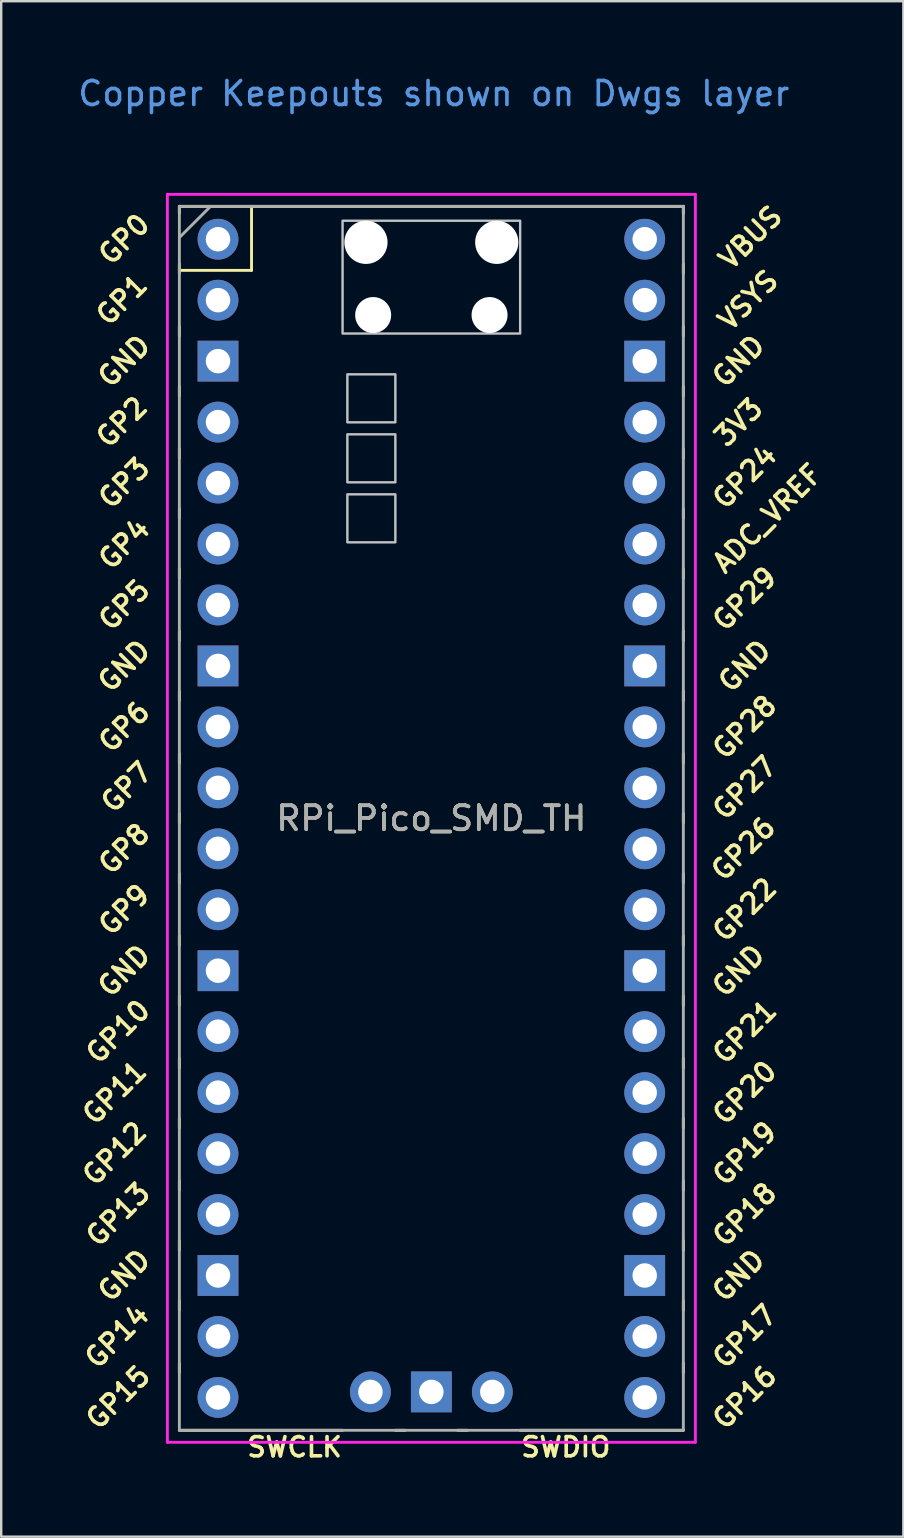
<source format=kicad_pcb>
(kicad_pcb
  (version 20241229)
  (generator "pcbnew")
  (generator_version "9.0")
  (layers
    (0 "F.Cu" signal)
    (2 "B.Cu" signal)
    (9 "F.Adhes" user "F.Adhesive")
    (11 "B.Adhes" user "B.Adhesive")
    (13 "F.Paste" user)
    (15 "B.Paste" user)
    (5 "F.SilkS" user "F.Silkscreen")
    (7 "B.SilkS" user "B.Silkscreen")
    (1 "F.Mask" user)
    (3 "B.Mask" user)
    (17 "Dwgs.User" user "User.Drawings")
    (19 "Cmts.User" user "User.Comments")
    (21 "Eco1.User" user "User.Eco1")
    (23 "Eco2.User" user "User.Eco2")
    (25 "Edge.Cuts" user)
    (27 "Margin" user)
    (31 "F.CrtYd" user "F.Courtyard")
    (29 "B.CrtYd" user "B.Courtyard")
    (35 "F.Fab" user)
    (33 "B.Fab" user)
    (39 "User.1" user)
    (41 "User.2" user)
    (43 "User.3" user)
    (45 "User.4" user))
  (footprint "RPi_Pico_SMD_TH"
    (layer "F.Cu")
    (at 14.924 31.048)
    (property "Reference" "RPi_Pico_SMD_TH" (at 0 0 0) (layer "F.SilkS") (effects (font (size 1 1) (thickness 0.15))))
    (attr through_hole)
    (fp_line (start -10.5 -25.5) (end -10.5 -25.2) (stroke (width 0.12) (type solid)) (layer "F.SilkS"))
    (fp_line (start -10.5 -25.5) (end 10.5 -25.5) (stroke (width 0.12) (type solid)) (layer "F.SilkS"))
    (fp_line (start -10.5 -23.1) (end -10.5 -22.7) (stroke (width 0.12) (type solid)) (layer "F.SilkS"))
    (fp_line (start -10.5 -22.833) (end -7.493 -22.833) (stroke (width 0.12) (type solid)) (layer "F.SilkS"))
    (fp_line (start -10.5 -20.5) (end -10.5 -20.1) (stroke (width 0.12) (type solid)) (layer "F.SilkS"))
    (fp_line (start -10.5 -18) (end -10.5 -17.6) (stroke (width 0.12) (type solid)) (layer "F.SilkS"))
    (fp_line (start -10.5 -15.4) (end -10.5 -15) (stroke (width 0.12) (type solid)) (layer "F.SilkS"))
    (fp_line (start -10.5 -12.9) (end -10.5 -12.5) (stroke (width 0.12) (type solid)) (layer "F.SilkS"))
    (fp_line (start -10.5 -10.4) (end -10.5 -10) (stroke (width 0.12) (type solid)) (layer "F.SilkS"))
    (fp_line (start -10.5 -7.8) (end -10.5 -7.4) (stroke (width 0.12) (type solid)) (layer "F.SilkS"))
    (fp_line (start -10.5 -5.3) (end -10.5 -4.9) (stroke (width 0.12) (type solid)) (layer "F.SilkS"))
    (fp_line (start -10.5 -2.7) (end -10.5 -2.3) (stroke (width 0.12) (type solid)) (layer "F.SilkS"))
    (fp_line (start -10.5 -0.2) (end -10.5 0.2) (stroke (width 0.12) (type solid)) (layer "F.SilkS"))
    (fp_line (start -10.5 2.3) (end -10.5 2.7) (stroke (width 0.12) (type solid)) (layer "F.SilkS"))
    (fp_line (start -10.5 4.9) (end -10.5 5.3) (stroke (width 0.12) (type solid)) (layer "F.SilkS"))
    (fp_line (start -10.5 7.4) (end -10.5 7.8) (stroke (width 0.12) (type solid)) (layer "F.SilkS"))
    (fp_line (start -10.5 10) (end -10.5 10.4) (stroke (width 0.12) (type solid)) (layer "F.SilkS"))
    (fp_line (start -10.5 12.5) (end -10.5 12.9) (stroke (width 0.12) (type solid)) (layer "F.SilkS"))
    (fp_line (start -10.5 15.1) (end -10.5 15.5) (stroke (width 0.12) (type solid)) (layer "F.SilkS"))
    (fp_line (start -10.5 17.6) (end -10.5 18) (stroke (width 0.12) (type solid)) (layer "F.SilkS"))
    (fp_line (start -10.5 20.1) (end -10.5 20.5) (stroke (width 0.12) (type solid)) (layer "F.SilkS"))
    (fp_line (start -10.5 22.7) (end -10.5 23.1) (stroke (width 0.12) (type solid)) (layer "F.SilkS"))
    (fp_line (start -7.493 -22.833) (end -7.493 -25.5) (stroke (width 0.12) (type solid)) (layer "F.SilkS"))
    (fp_line (start -3.7 25.5) (end -10.5 25.5) (stroke (width 0.12) (type solid)) (layer "F.SilkS"))
    (fp_line (start -1.5 25.5) (end -1.1 25.5) (stroke (width 0.12) (type solid)) (layer "F.SilkS"))
    (fp_line (start 1.1 25.5) (end 1.5 25.5) (stroke (width 0.12) (type solid)) (layer "F.SilkS"))
    (fp_line (start 10.5 -25.5) (end 10.5 -25.2) (stroke (width 0.12) (type solid)) (layer "F.SilkS"))
    (fp_line (start 10.5 -23.1) (end 10.5 -22.7) (stroke (width 0.12) (type solid)) (layer "F.SilkS"))
    (fp_line (start 10.5 -20.5) (end 10.5 -20.1) (stroke (width 0.12) (type solid)) (layer "F.SilkS"))
    (fp_line (start 10.5 -18) (end 10.5 -17.6) (stroke (width 0.12) (type solid)) (layer "F.SilkS"))
    (fp_line (start 10.5 -15.4) (end 10.5 -15) (stroke (width 0.12) (type solid)) (layer "F.SilkS"))
    (fp_line (start 10.5 -12.9) (end 10.5 -12.5) (stroke (width 0.12) (type solid)) (layer "F.SilkS"))
    (fp_line (start 10.5 -10.4) (end 10.5 -10) (stroke (width 0.12) (type solid)) (layer "F.SilkS"))
    (fp_line (start 10.5 -7.8) (end 10.5 -7.4) (stroke (width 0.12) (type solid)) (layer "F.SilkS"))
    (fp_line (start 10.5 -5.3) (end 10.5 -4.9) (stroke (width 0.12) (type solid)) (layer "F.SilkS"))
    (fp_line (start 10.5 -2.7) (end 10.5 -2.3) (stroke (width 0.12) (type solid)) (layer "F.SilkS"))
    (fp_line (start 10.5 -0.2) (end 10.5 0.2) (stroke (width 0.12) (type solid)) (layer "F.SilkS"))
    (fp_line (start 10.5 2.3) (end 10.5 2.7) (stroke (width 0.12) (type solid)) (layer "F.SilkS"))
    (fp_line (start 10.5 4.9) (end 10.5 5.3) (stroke (width 0.12) (type solid)) (layer "F.SilkS"))
    (fp_line (start 10.5 7.4) (end 10.5 7.8) (stroke (width 0.12) (type solid)) (layer "F.SilkS"))
    (fp_line (start 10.5 10) (end 10.5 10.4) (stroke (width 0.12) (type solid)) (layer "F.SilkS"))
    (fp_line (start 10.5 12.5) (end 10.5 12.9) (stroke (width 0.12) (type solid)) (layer "F.SilkS"))
    (fp_line (start 10.5 15.1) (end 10.5 15.5) (stroke (width 0.12) (type solid)) (layer "F.SilkS"))
    (fp_line (start 10.5 17.6) (end 10.5 18) (stroke (width 0.12) (type solid)) (layer "F.SilkS"))
    (fp_line (start 10.5 20.1) (end 10.5 20.5) (stroke (width 0.12) (type solid)) (layer "F.SilkS"))
    (fp_line (start 10.5 22.7) (end 10.5 23.1) (stroke (width 0.12) (type solid)) (layer "F.SilkS"))
    (fp_line (start 10.5 25.5) (end 3.7 25.5) (stroke (width 0.12) (type solid)) (layer "F.SilkS"))
    (fp_poly (pts (xy -1.5 -16.5) (xy -3.5 -16.5) (xy -3.5 -18.5) (xy -1.5 -18.5)) (stroke (width 0.1) (type solid)) (fill no) (layer "Dwgs.User"))
    (fp_poly (pts (xy -1.5 -14) (xy -3.5 -14) (xy -3.5 -16) (xy -1.5 -16)) (stroke (width 0.1) (type solid)) (fill no) (layer "Dwgs.User"))
    (fp_poly (pts (xy -1.5 -11.5) (xy -3.5 -11.5) (xy -3.5 -13.5) (xy -1.5 -13.5)) (stroke (width 0.1) (type solid)) (fill no) (layer "Dwgs.User"))
    (fp_poly (pts (xy 3.7 -20.2) (xy -3.7 -20.2) (xy -3.7 -24.9) (xy 3.7 -24.9)) (stroke (width 0.1) (type solid)) (fill no) (layer "Dwgs.User"))
    (fp_line (start -11 -26) (end 11 -26) (stroke (width 0.12) (type solid)) (layer "F.CrtYd"))
    (fp_line (start -11 26) (end -11 -26) (stroke (width 0.12) (type solid)) (layer "F.CrtYd"))
    (fp_line (start 11 -26) (end 11 26) (stroke (width 0.12) (type solid)) (layer "F.CrtYd"))
    (fp_line (start 11 26) (end -11 26) (stroke (width 0.12) (type solid)) (layer "F.CrtYd"))
    (fp_line (start -10.5 -25.5) (end 10.5 -25.5) (stroke (width 0.12) (type solid)) (layer "F.Fab"))
    (fp_line (start -10.5 -24.2) (end -9.2 -25.5) (stroke (width 0.12) (type solid)) (layer "F.Fab"))
    (fp_line (start -10.5 25.5) (end -10.5 -25.5) (stroke (width 0.12) (type solid)) (layer "F.Fab"))
    (fp_line (start 10.5 -25.5) (end 10.5 25.5) (stroke (width 0.12) (type solid)) (layer "F.Fab"))
    (fp_line (start 10.5 25.5) (end -10.5 25.5) (stroke (width 0.12) (type solid)) (layer "F.Fab"))
    (fp_text user "GP13" (at -13.054 16.51 45) (layer "F.SilkS") (effects (font (size 0.8 0.8) (thickness 0.15))))
    (fp_text user "GP17" (at 13.054 21.59 45) (layer "F.SilkS") (effects (font (size 0.8 0.8) (thickness 0.15))))
    (fp_text user "GP28" (at 13.054 -3.8 45) (layer "F.SilkS") (effects (font (size 0.8 0.8) (thickness 0.15))))
    (fp_text user "3V3" (at 12.8 -16.5 45) (layer "F.SilkS") (effects (font (size 0.8 0.8) (thickness 0.15))))
    (fp_text user "GP22" (at 13.054 3.81 45) (layer "F.SilkS") (effects (font (size 0.8 0.8) (thickness 0.15))))
    (fp_text user "GND" (at 12.8 19.05 45) (layer "F.SilkS") (effects (font (size 0.8 0.8) (thickness 0.15))))
    (fp_text user "GP27" (at 13.054 -1.27 45) (layer "F.SilkS") (effects (font (size 0.8 0.8) (thickness 0.15))))
    (fp_text user "GP7" (at -12.7 -1.3 45) (layer "F.SilkS") (effects (font (size 0.8 0.8) (thickness 0.15))))
    (fp_text user "SWDIO" (at 5.6 26.2 0) (layer "F.SilkS") (effects (font (size 0.8 0.8) (thickness 0.15))))
    (fp_text user "GP11" (at -13.2 11.43 45) (layer "F.SilkS") (effects (font (size 0.8 0.8) (thickness 0.15))))
    (fp_text user "GP20" (at 13.054 11.43 45) (layer "F.SilkS") (effects (font (size 0.8 0.8) (thickness 0.15))))
    (fp_text user "GND" (at -12.8 -19.05 45) (layer "F.SilkS") (effects (font (size 0.8 0.8) (thickness 0.15))))
    (fp_text user "GND" (at -12.8 19.05 45) (layer "F.SilkS") (effects (font (size 0.8 0.8) (thickness 0.15))))
    (fp_text user "GND" (at -12.8 -6.35 45) (layer "F.SilkS") (effects (font (size 0.8 0.8) (thickness 0.15))))
    (fp_text user "GP5" (at -12.8 -8.89 45) (layer "F.SilkS") (effects (font (size 0.8 0.8) (thickness 0.15))))
    (fp_text user "GP4" (at -12.8 -11.43 45) (layer "F.SilkS") (effects (font (size 0.8 0.8) (thickness 0.15))))
    (fp_text user "GP18" (at 13.054 16.51 45) (layer "F.SilkS") (effects (font (size 0.8 0.8) (thickness 0.15))))
    (fp_text user "GND" (at 12.8 6.35 45) (layer "F.SilkS") (effects (font (size 0.8 0.8) (thickness 0.15))))
    (fp_text user "VSYS" (at 13.2 -21.59 45) (layer "F.SilkS") (effects (font (size 0.8 0.8) (thickness 0.15))))
    (fp_text user "GP29" (at 13.054 -9.144 45) (layer "F.SilkS") (effects (font (size 0.8 0.8) (thickness 0.15))))
    (fp_text user "GND" (at 13.054 -6.35 45) (layer "F.SilkS") (effects (font (size 0.8 0.8) (thickness 0.15))))
    (fp_text user "GP12" (at -13.2 13.97 45) (layer "F.SilkS") (effects (font (size 0.8 0.8) (thickness 0.15))))
    (fp_text user "GP1" (at -12.9 -21.6 45) (layer "F.SilkS") (effects (font (size 0.8 0.8) (thickness 0.15))))
    (fp_text user "GP6" (at -12.8 -3.81 45) (layer "F.SilkS") (effects (font (size 0.8 0.8) (thickness 0.15))))
    (fp_text user "GND" (at -12.8 6.35 45) (layer "F.SilkS") (effects (font (size 0.8 0.8) (thickness 0.15))))
    (fp_text user "GP21" (at 13.054 8.9 45) (layer "F.SilkS") (effects (font (size 0.8 0.8) (thickness 0.15))))
    (fp_text user "GP14" (at -13.1 21.59 45) (layer "F.SilkS") (effects (font (size 0.8 0.8) (thickness 0.15))))
    (fp_text user "GP0" (at -12.8 -24.13 45) (layer "F.SilkS") (effects (font (size 0.8 0.8) (thickness 0.15))))
    (fp_text user "ADC_VREF" (at 14 -12.5 45) (layer "F.SilkS") (effects (font (size 0.8 0.8) (thickness 0.15))))
    (fp_text user "GP24" (at 13.054 -14.224 45) (layer "F.SilkS") (effects (font (size 0.8 0.8) (thickness 0.15))))
    (fp_text user "GP3" (at -12.8 -13.97 45) (layer "F.SilkS") (effects (font (size 0.8 0.8) (thickness 0.15))))
    (fp_text user "GP10" (at -13.054 8.89 45) (layer "F.SilkS") (effects (font (size 0.8 0.8) (thickness 0.15))))
    (fp_text user "GP15" (at -13.054 24.13 45) (layer "F.SilkS") (effects (font (size 0.8 0.8) (thickness 0.15))))
    (fp_text user "GP19" (at 13.054 13.97 45) (layer "F.SilkS") (effects (font (size 0.8 0.8) (thickness 0.15))))
    (fp_text user "SWCLK" (at -5.7 26.2 0) (layer "F.SilkS") (effects (font (size 0.8 0.8) (thickness 0.15))))
    (fp_text user "GP16" (at 13.054 24.13 45) (layer "F.SilkS") (effects (font (size 0.8 0.8) (thickness 0.15))))
    (fp_text user "GND" (at 12.8 -19.05 45) (layer "F.SilkS") (effects (font (size 0.8 0.8) (thickness 0.15))))
    (fp_text user "GP9" (at -12.8 3.81 45) (layer "F.SilkS") (effects (font (size 0.8 0.8) (thickness 0.15))))
    (fp_text user "GP8" (at -12.8 1.27 45) (layer "F.SilkS") (effects (font (size 0.8 0.8) (thickness 0.15))))
    (fp_text user "GP2" (at -12.9 -16.51 45) (layer "F.SilkS") (effects (font (size 0.8 0.8) (thickness 0.15))))
    (fp_text user "VBUS" (at 13.3 -24.2 45) (layer "F.SilkS") (effects (font (size 0.8 0.8) (thickness 0.15))))
    (fp_text user "GP26" (at 13 1.27 45) (layer "F.SilkS") (effects (font (size 0.8 0.8) (thickness 0.15))))
    (fp_text user "Copper Keepouts shown on Dwgs layer" (at 0.1 -30.2 0) (layer "Cmts.User") (effects (font (size 1 1) (thickness 0.15))))
    (fp_text user "${REFERENCE}" (at 0 0 180) (layer "F.Fab") (effects (font (size 1 1) (thickness 0.15))))
    (pad "" np_thru_hole oval (at -2.725 -24) (size 1.8 1.8) (drill 1.8) (layers "*.Cu" "*.Mask"))
    (pad "" np_thru_hole oval (at -2.425 -20.97) (size 1.5 1.5) (drill 1.5) (layers "*.Cu" "*.Mask"))
    (pad "" np_thru_hole oval (at 2.425 -20.97) (size 1.5 1.5) (drill 1.5) (layers "*.Cu" "*.Mask"))
    (pad "" np_thru_hole oval (at 2.725 -24) (size 1.8 1.8) (drill 1.8) (layers "*.Cu" "*.Mask"))
    (pad "1" thru_hole oval (at -8.89 -24.13) (size 1.7 1.7) (drill 1.02) (layers "*.Cu" "*.Mask"))
    (pad "2" thru_hole oval (at -8.89 -21.59) (size 1.7 1.7) (drill 1.02) (layers "*.Cu" "*.Mask"))
    (pad "3" thru_hole rect (at -8.89 -19.05) (size 1.7 1.7) (drill 1.02) (layers "*.Cu" "*.Mask"))
    (pad "4" thru_hole oval (at -8.89 -16.51) (size 1.7 1.7) (drill 1.02) (layers "*.Cu" "*.Mask"))
    (pad "5" thru_hole oval (at -8.89 -13.97) (size 1.7 1.7) (drill 1.02) (layers "*.Cu" "*.Mask"))
    (pad "6" thru_hole oval (at -8.89 -11.43) (size 1.7 1.7) (drill 1.02) (layers "*.Cu" "*.Mask"))
    (pad "7" thru_hole oval (at -8.89 -8.89) (size 1.7 1.7) (drill 1.02) (layers "*.Cu" "*.Mask"))
    (pad "8" thru_hole rect (at -8.89 -6.35) (size 1.7 1.7) (drill 1.02) (layers "*.Cu" "*.Mask"))
    (pad "9" thru_hole oval (at -8.89 -3.81) (size 1.7 1.7) (drill 1.02) (layers "*.Cu" "*.Mask"))
    (pad "10" thru_hole oval (at -8.89 -1.27) (size 1.7 1.7) (drill 1.02) (layers "*.Cu" "*.Mask"))
    (pad "11" thru_hole oval (at -8.89 1.27) (size 1.7 1.7) (drill 1.02) (layers "*.Cu" "*.Mask"))
    (pad "12" thru_hole oval (at -8.89 3.81) (size 1.7 1.7) (drill 1.02) (layers "*.Cu" "*.Mask"))
    (pad "13" thru_hole rect (at -8.89 6.35) (size 1.7 1.7) (drill 1.02) (layers "*.Cu" "*.Mask"))
    (pad "14" thru_hole oval (at -8.89 8.89) (size 1.7 1.7) (drill 1.02) (layers "*.Cu" "*.Mask"))
    (pad "15" thru_hole oval (at -8.89 11.43) (size 1.7 1.7) (drill 1.02) (layers "*.Cu" "*.Mask"))
    (pad "16" thru_hole oval (at -8.89 13.97) (size 1.7 1.7) (drill 1.02) (layers "*.Cu" "*.Mask"))
    (pad "17" thru_hole oval (at -8.89 16.51) (size 1.7 1.7) (drill 1.02) (layers "*.Cu" "*.Mask"))
    (pad "18" thru_hole rect (at -8.89 19.05) (size 1.7 1.7) (drill 1.02) (layers "*.Cu" "*.Mask"))
    (pad "19" thru_hole oval (at -8.89 21.59) (size 1.7 1.7) (drill 1.02) (layers "*.Cu" "*.Mask"))
    (pad "20" thru_hole oval (at -8.89 24.13) (size 1.7 1.7) (drill 1.02) (layers "*.Cu" "*.Mask"))
    (pad "21" thru_hole oval (at 8.89 24.13) (size 1.7 1.7) (drill 1.02) (layers "*.Cu" "*.Mask"))
    (pad "22" thru_hole oval (at 8.89 21.59) (size 1.7 1.7) (drill 1.02) (layers "*.Cu" "*.Mask"))
    (pad "23" thru_hole rect (at 8.89 19.05) (size 1.7 1.7) (drill 1.02) (layers "*.Cu" "*.Mask"))
    (pad "24" thru_hole oval (at 8.89 16.51) (size 1.7 1.7) (drill 1.02) (layers "*.Cu" "*.Mask"))
    (pad "25" thru_hole oval (at 8.89 13.97) (size 1.7 1.7) (drill 1.02) (layers "*.Cu" "*.Mask"))
    (pad "26" thru_hole oval (at 8.89 11.43) (size 1.7 1.7) (drill 1.02) (layers "*.Cu" "*.Mask"))
    (pad "27" thru_hole oval (at 8.89 8.89) (size 1.7 1.7) (drill 1.02) (layers "*.Cu" "*.Mask"))
    (pad "28" thru_hole rect (at 8.89 6.35) (size 1.7 1.7) (drill 1.02) (layers "*.Cu" "*.Mask"))
    (pad "29" thru_hole oval (at 8.89 3.81) (size 1.7 1.7) (drill 1.02) (layers "*.Cu" "*.Mask"))
    (pad "30" thru_hole oval (at 8.89 1.27) (size 1.7 1.7) (drill 1.02) (layers "*.Cu" "*.Mask"))
    (pad "31" thru_hole oval (at 8.89 -1.27) (size 1.7 1.7) (drill 1.02) (layers "*.Cu" "*.Mask"))
    (pad "32" thru_hole oval (at 8.89 -3.81) (size 1.7 1.7) (drill 1.02) (layers "*.Cu" "*.Mask"))
    (pad "33" thru_hole rect (at 8.89 -6.35) (size 1.7 1.7) (drill 1.02) (layers "*.Cu" "*.Mask"))
    (pad "34" thru_hole oval (at 8.89 -8.89) (size 1.7 1.7) (drill 1.02) (layers "*.Cu" "*.Mask"))
    (pad "35" thru_hole oval (at 8.89 -11.43) (size 1.7 1.7) (drill 1.02) (layers "*.Cu" "*.Mask"))
    (pad "36" thru_hole oval (at 8.89 -13.97) (size 1.7 1.7) (drill 1.02) (layers "*.Cu" "*.Mask"))
    (pad "37" thru_hole oval (at 8.89 -16.51) (size 1.7 1.7) (drill 1.02) (layers "*.Cu" "*.Mask"))
    (pad "38" thru_hole rect (at 8.89 -19.05) (size 1.7 1.7) (drill 1.02) (layers "*.Cu" "*.Mask"))
    (pad "39" thru_hole oval (at 8.89 -21.59) (size 1.7 1.7) (drill 1.02) (layers "*.Cu" "*.Mask"))
    (pad "40" thru_hole oval (at 8.89 -24.13) (size 1.7 1.7) (drill 1.02) (layers "*.Cu" "*.Mask"))
    (pad "41" thru_hole oval (at -2.54 23.9) (size 1.7 1.7) (drill 1.02) (layers "*.Cu" "*.Mask"))
    (pad "42" thru_hole rect (at 0 23.9) (size 1.7 1.7) (drill 1.02) (layers "*.Cu" "*.Mask"))
    (pad "43" thru_hole oval (at 2.54 23.9) (size 1.7 1.7) (drill 1.02) (layers "*.Cu" "*.Mask")))
  (gr_rect
    (start -3 -3)
    (end 34.591 60.98)
    (stroke (width 0.1) (type default))
    (fill no)
    (layer "Edge.Cuts")))
</source>
